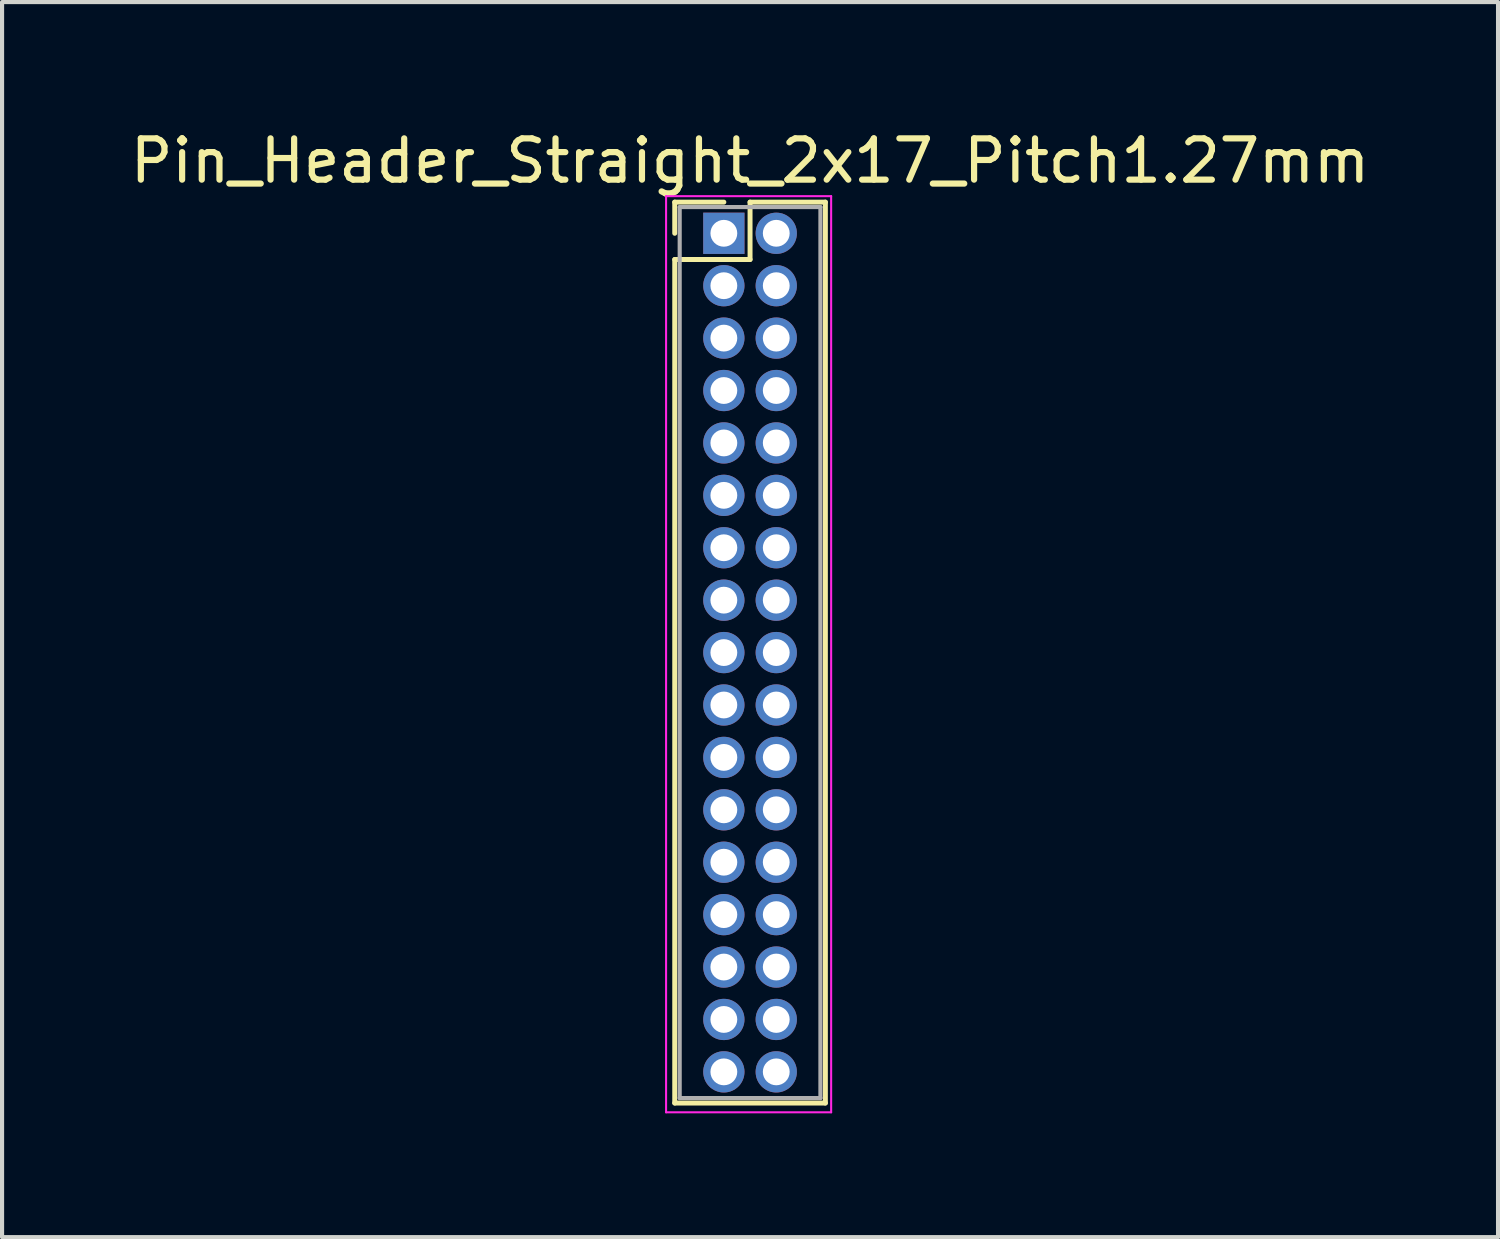
<source format=kicad_pcb>
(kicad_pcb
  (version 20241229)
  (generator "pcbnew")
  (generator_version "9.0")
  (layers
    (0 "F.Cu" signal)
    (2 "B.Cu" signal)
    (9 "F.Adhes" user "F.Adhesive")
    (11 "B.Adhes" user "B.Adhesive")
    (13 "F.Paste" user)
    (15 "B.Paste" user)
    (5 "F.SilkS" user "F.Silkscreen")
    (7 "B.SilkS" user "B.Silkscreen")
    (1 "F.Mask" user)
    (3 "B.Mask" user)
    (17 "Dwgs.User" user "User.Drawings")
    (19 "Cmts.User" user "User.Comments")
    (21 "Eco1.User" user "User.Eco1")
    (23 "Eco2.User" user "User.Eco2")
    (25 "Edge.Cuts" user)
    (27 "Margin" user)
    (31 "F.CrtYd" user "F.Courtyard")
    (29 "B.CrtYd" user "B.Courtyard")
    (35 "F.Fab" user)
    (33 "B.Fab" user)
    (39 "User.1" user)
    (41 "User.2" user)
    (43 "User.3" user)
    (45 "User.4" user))
  (footprint "Pin_Header_Straight_2x17_Pitch1.27mm"
    (layer "F.Cu")
    (at 14.49 2.603)
    (property "Reference" "Pin_Header_Straight_2x17_Pitch1.27mm" (at 0.635 -1.755 0) (layer "F.SilkS") (effects (font (size 1 1) (thickness 0.15))))
    (attr through_hole)
    (fp_line (start -1.19 -0.755) (end 0 -0.755) (stroke (width 0.12) (type solid)) (layer "F.SilkS"))
    (fp_line (start -1.19 0) (end -1.19 -0.755) (stroke (width 0.12) (type solid)) (layer "F.SilkS"))
    (fp_line (start -1.19 0.635) (end -1.19 21.075) (stroke (width 0.12) (type solid)) (layer "F.SilkS"))
    (fp_line (start -1.19 21.075) (end 2.46 21.075) (stroke (width 0.12) (type solid)) (layer "F.SilkS"))
    (fp_line (start 0.635 -0.755) (end 0.635 0.635) (stroke (width 0.12) (type solid)) (layer "F.SilkS"))
    (fp_line (start 0.635 0.635) (end -1.19 0.635) (stroke (width 0.12) (type solid)) (layer "F.SilkS"))
    (fp_line (start 2.46 -0.755) (end 0.635 -0.755) (stroke (width 0.12) (type solid)) (layer "F.SilkS"))
    (fp_line (start 2.46 21.075) (end 2.46 -0.755) (stroke (width 0.12) (type solid)) (layer "F.SilkS"))
    (fp_line (start -1.4 -0.9) (end -1.4 21.3) (stroke (width 0.05) (type solid)) (layer "F.CrtYd"))
    (fp_line (start -1.4 21.3) (end 2.6 21.3) (stroke (width 0.05) (type solid)) (layer "F.CrtYd"))
    (fp_line (start 2.6 -0.9) (end -1.4 -0.9) (stroke (width 0.05) (type solid)) (layer "F.CrtYd"))
    (fp_line (start 2.6 21.3) (end 2.6 -0.9) (stroke (width 0.05) (type solid)) (layer "F.CrtYd"))
    (fp_line (start -1.07 -0.635) (end -1.07 20.955) (stroke (width 0.1) (type solid)) (layer "F.Fab"))
    (fp_line (start -1.07 20.955) (end 2.34 20.955) (stroke (width 0.1) (type solid)) (layer "F.Fab"))
    (fp_line (start 2.34 -0.635) (end -1.07 -0.635) (stroke (width 0.1) (type solid)) (layer "F.Fab"))
    (fp_line (start 2.34 20.955) (end 2.34 -0.635) (stroke (width 0.1) (type solid)) (layer "F.Fab"))
    (pad "1" thru_hole rect (at 0 0) (size 1 1) (drill 0.65) (layers "*.Cu" "*.Mask"))
    (pad "2" thru_hole oval (at 1.27 0) (size 1 1) (drill 0.65) (layers "*.Cu" "*.Mask"))
    (pad "3" thru_hole oval (at 0 1.27) (size 1 1) (drill 0.65) (layers "*.Cu" "*.Mask"))
    (pad "4" thru_hole oval (at 1.27 1.27) (size 1 1) (drill 0.65) (layers "*.Cu" "*.Mask"))
    (pad "5" thru_hole oval (at 0 2.54) (size 1 1) (drill 0.65) (layers "*.Cu" "*.Mask"))
    (pad "6" thru_hole oval (at 1.27 2.54) (size 1 1) (drill 0.65) (layers "*.Cu" "*.Mask"))
    (pad "7" thru_hole oval (at 0 3.81) (size 1 1) (drill 0.65) (layers "*.Cu" "*.Mask"))
    (pad "8" thru_hole oval (at 1.27 3.81) (size 1 1) (drill 0.65) (layers "*.Cu" "*.Mask"))
    (pad "9" thru_hole oval (at 0 5.08) (size 1 1) (drill 0.65) (layers "*.Cu" "*.Mask"))
    (pad "10" thru_hole oval (at 1.27 5.08) (size 1 1) (drill 0.65) (layers "*.Cu" "*.Mask"))
    (pad "11" thru_hole oval (at 0 6.35) (size 1 1) (drill 0.65) (layers "*.Cu" "*.Mask"))
    (pad "12" thru_hole oval (at 1.27 6.35) (size 1 1) (drill 0.65) (layers "*.Cu" "*.Mask"))
    (pad "13" thru_hole oval (at 0 7.62) (size 1 1) (drill 0.65) (layers "*.Cu" "*.Mask"))
    (pad "14" thru_hole oval (at 1.27 7.62) (size 1 1) (drill 0.65) (layers "*.Cu" "*.Mask"))
    (pad "15" thru_hole oval (at 0 8.89) (size 1 1) (drill 0.65) (layers "*.Cu" "*.Mask"))
    (pad "16" thru_hole oval (at 1.27 8.89) (size 1 1) (drill 0.65) (layers "*.Cu" "*.Mask"))
    (pad "17" thru_hole oval (at 0 10.16) (size 1 1) (drill 0.65) (layers "*.Cu" "*.Mask"))
    (pad "18" thru_hole oval (at 1.27 10.16) (size 1 1) (drill 0.65) (layers "*.Cu" "*.Mask"))
    (pad "19" thru_hole oval (at 0 11.43) (size 1 1) (drill 0.65) (layers "*.Cu" "*.Mask"))
    (pad "20" thru_hole oval (at 1.27 11.43) (size 1 1) (drill 0.65) (layers "*.Cu" "*.Mask"))
    (pad "21" thru_hole oval (at 0 12.7) (size 1 1) (drill 0.65) (layers "*.Cu" "*.Mask"))
    (pad "22" thru_hole oval (at 1.27 12.7) (size 1 1) (drill 0.65) (layers "*.Cu" "*.Mask"))
    (pad "23" thru_hole oval (at 0 13.97) (size 1 1) (drill 0.65) (layers "*.Cu" "*.Mask"))
    (pad "24" thru_hole oval (at 1.27 13.97) (size 1 1) (drill 0.65) (layers "*.Cu" "*.Mask"))
    (pad "25" thru_hole oval (at 0 15.24) (size 1 1) (drill 0.65) (layers "*.Cu" "*.Mask"))
    (pad "26" thru_hole oval (at 1.27 15.24) (size 1 1) (drill 0.65) (layers "*.Cu" "*.Mask"))
    (pad "27" thru_hole oval (at 0 16.51) (size 1 1) (drill 0.65) (layers "*.Cu" "*.Mask"))
    (pad "28" thru_hole oval (at 1.27 16.51) (size 1 1) (drill 0.65) (layers "*.Cu" "*.Mask"))
    (pad "29" thru_hole oval (at 0 17.78) (size 1 1) (drill 0.65) (layers "*.Cu" "*.Mask"))
    (pad "30" thru_hole oval (at 1.27 17.78) (size 1 1) (drill 0.65) (layers "*.Cu" "*.Mask"))
    (pad "31" thru_hole oval (at 0 19.05) (size 1 1) (drill 0.65) (layers "*.Cu" "*.Mask"))
    (pad "32" thru_hole oval (at 1.27 19.05) (size 1 1) (drill 0.65) (layers "*.Cu" "*.Mask"))
    (pad "33" thru_hole oval (at 0 20.32) (size 1 1) (drill 0.65) (layers "*.Cu" "*.Mask"))
    (pad "34" thru_hole oval (at 1.27 20.32) (size 1 1) (drill 0.65) (layers "*.Cu" "*.Mask")))
  (gr_rect
    (start -3 -3)
    (end 33.25 26.928)
    (stroke (width 0.1) (type default))
    (fill no)
    (layer "Edge.Cuts")))
</source>
